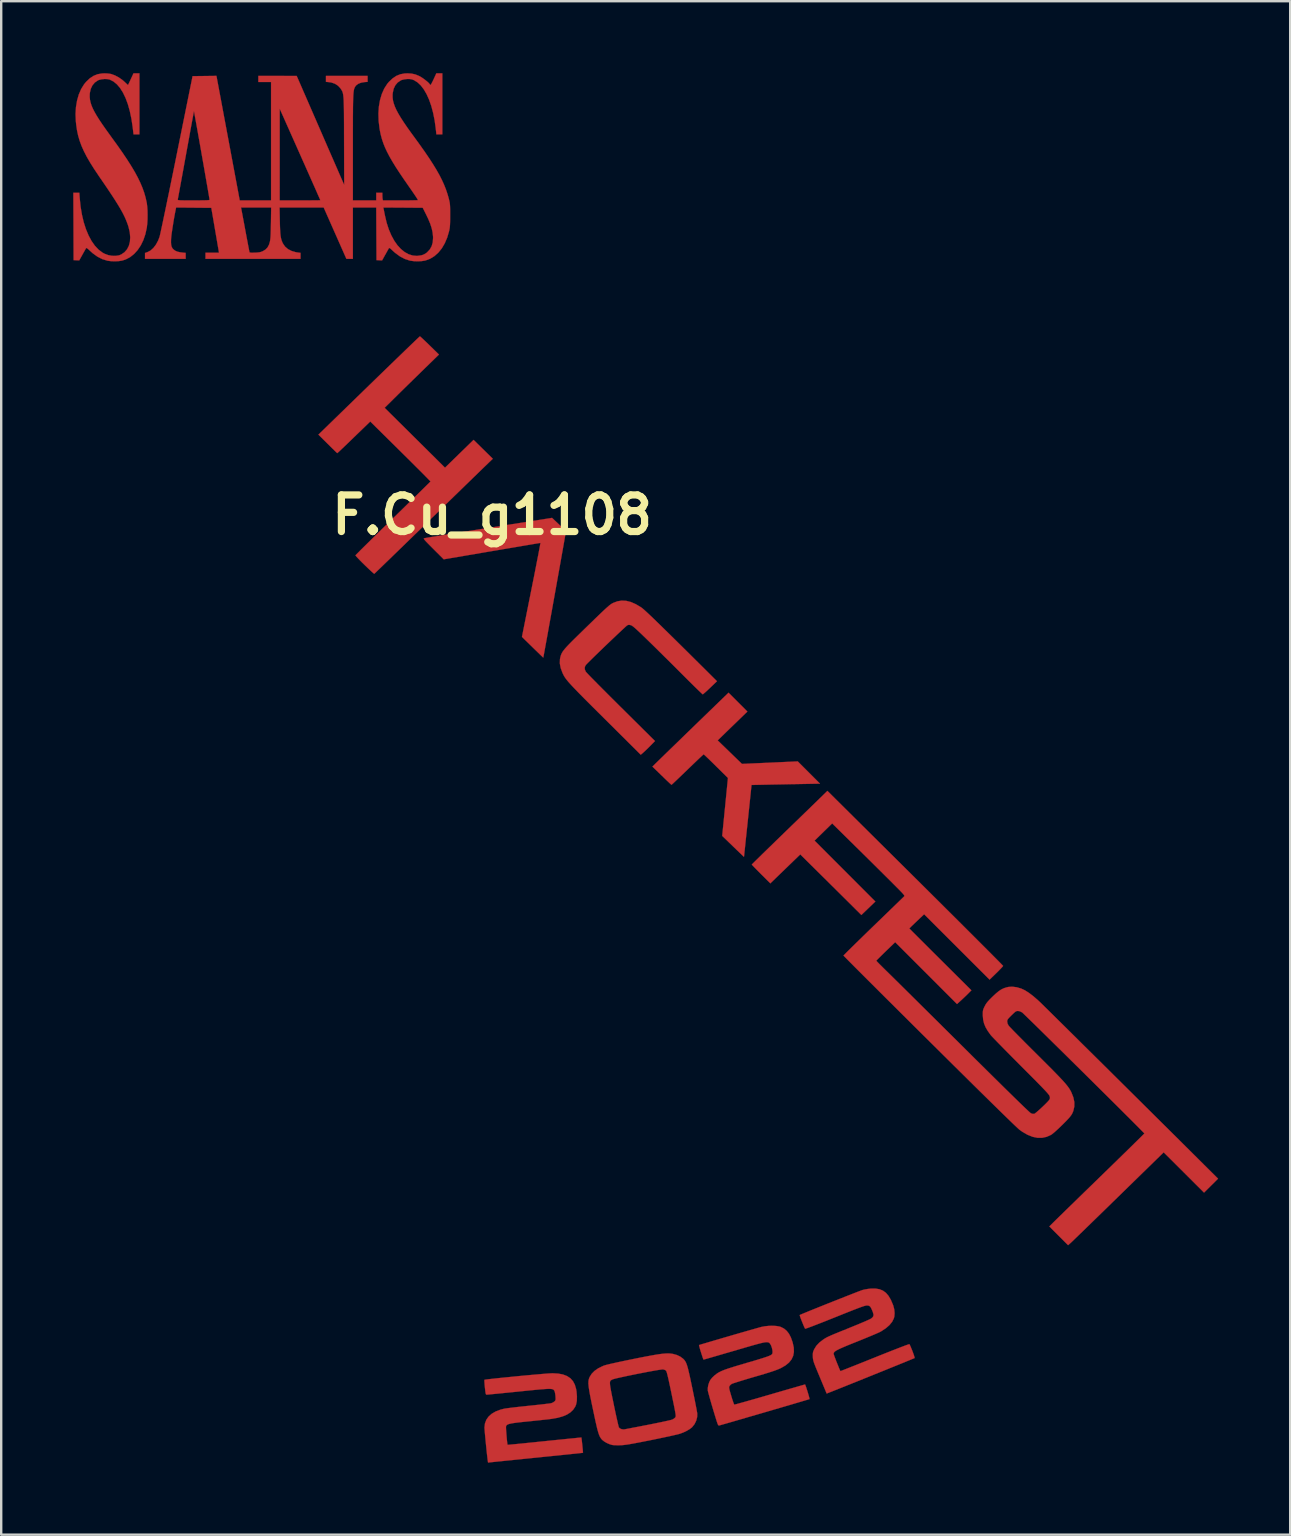
<source format=kicad_pcb>
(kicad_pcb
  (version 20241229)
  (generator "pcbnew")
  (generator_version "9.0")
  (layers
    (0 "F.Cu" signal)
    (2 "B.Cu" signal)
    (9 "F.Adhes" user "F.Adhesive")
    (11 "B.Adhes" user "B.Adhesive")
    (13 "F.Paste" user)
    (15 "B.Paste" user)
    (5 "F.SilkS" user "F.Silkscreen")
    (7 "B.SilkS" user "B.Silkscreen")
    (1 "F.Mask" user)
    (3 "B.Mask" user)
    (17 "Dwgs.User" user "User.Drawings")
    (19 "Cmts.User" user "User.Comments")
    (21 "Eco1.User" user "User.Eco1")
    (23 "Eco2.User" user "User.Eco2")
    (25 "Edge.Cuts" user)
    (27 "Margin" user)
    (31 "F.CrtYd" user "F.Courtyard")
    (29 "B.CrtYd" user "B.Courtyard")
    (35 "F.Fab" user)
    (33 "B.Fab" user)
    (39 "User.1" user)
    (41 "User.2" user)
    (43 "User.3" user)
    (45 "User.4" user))
  (footprint "F.Cu_g1108"
    (layer "F.Cu")
    (at 17.447 18.399)
    (property "Reference" "F.Cu_g1108" (at 0 0 0) (layer "F.SilkS") (effects (font (size 1.524 1.524) (thickness 0.3))))
    (attr through_hole)
    (fp_poly (pts (xy 10.24 7.795) (xy 10.632 8.188) (xy 10.211 8.597) (xy 10.088 8.716) (xy 9.963 8.837) (xy 9.843 8.953) (xy 9.735 9.058) (xy 9.646 9.145) (xy 9.592 9.197) (xy 9.395 9.389) (xy 9.901 9.879) (xy 10.407 10.369) (xy 11.568 10.317) (xy 12.73 10.264) (xy 13.193 10.727) (xy 13.656 11.191) (xy 12.908 11.205) (xy 12.692 11.209) (xy 12.453 11.213) (xy 12.203 11.218) (xy 11.954 11.223) (xy 11.721 11.227) (xy 11.515 11.231) (xy 11.483 11.232) (xy 10.805 11.246) (xy 10.649 12.74) (xy 10.623 12.987) (xy 10.598 13.221) (xy 10.575 13.439) (xy 10.554 13.638) (xy 10.536 13.814) (xy 10.52 13.964) (xy 10.507 14.085) (xy 10.498 14.173) (xy 10.492 14.225) (xy 10.49 14.238) (xy 10.475 14.225) (xy 10.433 14.186) (xy 10.369 14.124) (xy 10.285 14.044) (xy 10.186 13.949) (xy 10.075 13.842) (xy 10.036 13.804) (xy 9.584 13.367) (xy 9.704 12.16) (xy 9.823 10.954) (xy 9.325 10.462) (xy 9.206 10.344) (xy 9.095 10.236) (xy 8.998 10.142) (xy 8.917 10.065) (xy 8.857 10.009) (xy 8.82 9.977) (xy 8.811 9.97) (xy 8.793 9.984) (xy 8.748 10.025) (xy 8.678 10.09) (xy 8.588 10.175) (xy 8.481 10.277) (xy 8.359 10.394) (xy 8.226 10.522) (xy 8.14 10.605) (xy 8.001 10.739) (xy 7.872 10.863) (xy 7.756 10.974) (xy 7.655 11.07) (xy 7.574 11.147) (xy 7.514 11.203) (xy 7.479 11.234) (xy 7.472 11.239) (xy 7.454 11.225) (xy 7.41 11.186) (xy 7.344 11.124) (xy 7.26 11.045) (xy 7.163 10.951) (xy 7.069 10.86) (xy 6.678 10.481) (xy 6.837 10.323) (xy 6.875 10.286) (xy 6.942 10.221) (xy 7.034 10.131) (xy 7.149 10.019) (xy 7.284 9.887) (xy 7.438 9.738) (xy 7.608 9.573) (xy 7.792 9.395) (xy 7.986 9.206) (xy 8.189 9.009) (xy 8.398 8.807) (xy 8.421 8.784) (xy 9.847 7.403) (xy 10.24 7.795)) (stroke (width 0.01) (type solid)) (fill yes) (layer "F.Cu"))
    (fp_poly (pts (xy 2.782 0.391) (xy 2.897 0.501) (xy 2.981 0.586) (xy 3.036 0.649) (xy 3.064 0.691) (xy 3.069 0.709) (xy 3.066 0.734) (xy 3.055 0.797) (xy 3.038 0.895) (xy 3.015 1.026) (xy 2.987 1.186) (xy 2.954 1.372) (xy 2.917 1.581) (xy 2.876 1.811) (xy 2.832 2.057) (xy 2.786 2.318) (xy 2.737 2.589) (xy 2.687 2.868) (xy 2.636 3.153) (xy 2.585 3.439) (xy 2.534 3.723) (xy 2.484 4.004) (xy 2.434 4.277) (xy 2.387 4.54) (xy 2.342 4.79) (xy 2.3 5.023) (xy 2.261 5.236) (xy 2.226 5.427) (xy 2.196 5.593) (xy 2.171 5.73) (xy 2.151 5.835) (xy 2.138 5.905) (xy 2.131 5.938) (xy 2.131 5.94) (xy 2.115 5.927) (xy 2.074 5.887) (xy 2.009 5.826) (xy 1.926 5.745) (xy 1.827 5.649) (xy 1.717 5.542) (xy 1.685 5.511) (xy 1.243 5.079) (xy 1.634 3.121) (xy 1.69 2.84) (xy 1.744 2.571) (xy 1.794 2.317) (xy 1.84 2.081) (xy 1.882 1.865) (xy 1.92 1.673) (xy 1.951 1.507) (xy 1.977 1.371) (xy 1.996 1.266) (xy 2.009 1.197) (xy 2.013 1.165) (xy 2.013 1.164) (xy 1.991 1.167) (xy 1.93 1.177) (xy 1.833 1.193) (xy 1.702 1.215) (xy 1.542 1.242) (xy 1.354 1.274) (xy 1.142 1.31) (xy 0.908 1.35) (xy 0.655 1.393) (xy 0.387 1.438) (xy 0.105 1.486) (xy -0.007 1.505) (xy -2.015 1.847) (xy -2.447 1.416) (xy -2.572 1.29) (xy -2.67 1.191) (xy -2.743 1.116) (xy -2.794 1.06) (xy -2.826 1.021) (xy -2.842 0.995) (xy -2.844 0.98) (xy -2.836 0.971) (xy -2.831 0.97) (xy -2.805 0.965) (xy -2.739 0.953) (xy -2.636 0.936) (xy -2.5 0.914) (xy -2.331 0.887) (xy -2.134 0.855) (xy -1.91 0.819) (xy -1.662 0.779) (xy -1.393 0.736) (xy -1.105 0.69) (xy -0.801 0.642) (xy -0.483 0.591) (xy -0.153 0.539) (xy -0.144 0.538) (xy 2.496 0.121) (xy 2.782 0.391)) (stroke (width 0.01) (type solid)) (fill yes) (layer "F.Cu"))
    (fp_poly (pts (xy -2.988 -7.426) (xy -2.943 -7.386) (xy -2.876 -7.324) (xy -2.792 -7.244) (xy -2.694 -7.151) (xy -2.602 -7.061) (xy -2.214 -6.682) (xy -2.975 -5.94) (xy -3.14 -5.779) (xy -3.309 -5.614) (xy -3.477 -5.449) (xy -3.639 -5.291) (xy -3.79 -5.143) (xy -3.924 -5.011) (xy -4.037 -4.899) (xy -4.106 -4.831) (xy -4.477 -4.463) (xy -3.219 -3.216) (xy -1.962 -1.969) (xy -1.367 -2.549) (xy -0.772 -3.128) (xy 0.029 -2.341) (xy -0.247 -2.075) (xy -0.295 -2.029) (xy -0.372 -1.955) (xy -0.474 -1.856) (xy -0.601 -1.732) (xy -0.751 -1.587) (xy -0.92 -1.422) (xy -1.109 -1.239) (xy -1.313 -1.04) (xy -1.532 -0.827) (xy -1.764 -0.602) (xy -2.006 -0.366) (xy -2.256 -0.123) (xy -2.513 0.127) (xy -2.708 0.318) (xy -2.963 0.566) (xy -3.21 0.806) (xy -3.447 1.036) (xy -3.672 1.255) (xy -3.884 1.461) (xy -4.081 1.652) (xy -4.261 1.827) (xy -4.423 1.983) (xy -4.564 2.12) (xy -4.684 2.236) (xy -4.78 2.328) (xy -4.85 2.396) (xy -4.894 2.437) (xy -4.909 2.451) (xy -4.928 2.438) (xy -4.973 2.4) (xy -5.039 2.34) (xy -5.124 2.261) (xy -5.221 2.169) (xy -5.31 2.083) (xy -5.415 1.98) (xy -5.508 1.886) (xy -5.587 1.804) (xy -5.645 1.74) (xy -5.681 1.698) (xy -5.69 1.681) (xy -5.674 1.663) (xy -5.63 1.617) (xy -5.559 1.546) (xy -5.465 1.451) (xy -5.348 1.335) (xy -5.21 1.199) (xy -5.055 1.046) (xy -4.883 0.877) (xy -4.697 0.695) (xy -4.499 0.501) (xy -4.291 0.297) (xy -4.128 0.138) (xy -3.913 -0.072) (xy -3.707 -0.273) (xy -3.512 -0.464) (xy -3.329 -0.642) (xy -3.161 -0.806) (xy -3.01 -0.955) (xy -2.878 -1.085) (xy -2.766 -1.195) (xy -2.677 -1.283) (xy -2.613 -1.346) (xy -2.576 -1.384) (xy -2.566 -1.394) (xy -2.58 -1.411) (xy -2.622 -1.455) (xy -2.69 -1.525) (xy -2.781 -1.617) (xy -2.893 -1.731) (xy -3.025 -1.863) (xy -3.174 -2.011) (xy -3.337 -2.174) (xy -3.513 -2.349) (xy -3.7 -2.534) (xy -3.818 -2.651) (xy -5.075 -3.893) (xy -5.758 -3.233) (xy -5.899 -3.096) (xy -6.03 -2.97) (xy -6.15 -2.855) (xy -6.253 -2.757) (xy -6.338 -2.676) (xy -6.401 -2.618) (xy -6.44 -2.583) (xy -6.45 -2.575) (xy -6.467 -2.59) (xy -6.51 -2.631) (xy -6.575 -2.694) (xy -6.658 -2.775) (xy -6.754 -2.87) (xy -6.847 -2.962) (xy -7.234 -3.347) (xy -5.129 -5.394) (xy -4.879 -5.637) (xy -4.637 -5.872) (xy -4.405 -6.097) (xy -4.184 -6.311) (xy -3.977 -6.511) (xy -3.785 -6.696) (xy -3.611 -6.865) (xy -3.455 -7.015) (xy -3.319 -7.146) (xy -3.206 -7.254) (xy -3.116 -7.34) (xy -3.052 -7.4) (xy -3.016 -7.433) (xy -3.007 -7.44) (xy -2.988 -7.426)) (stroke (width 0.01) (type solid)) (fill yes) (layer "F.Cu"))
    (fp_poly (pts (xy 5.587 3.577) (xy 5.781 3.626) (xy 5.984 3.715) (xy 6.199 3.843) (xy 6.218 3.857) (xy 6.25 3.88) (xy 6.293 3.916) (xy 6.349 3.965) (xy 6.418 4.028) (xy 6.503 4.106) (xy 6.603 4.201) (xy 6.721 4.314) (xy 6.857 4.446) (xy 7.013 4.597) (xy 7.189 4.77) (xy 7.387 4.964) (xy 7.609 5.182) (xy 7.854 5.424) (xy 8.125 5.692) (xy 8.422 5.987) (xy 8.747 6.309) (xy 9.091 6.651) (xy 9.366 6.925) (xy 9.081 7.198) (xy 8.989 7.284) (xy 8.908 7.359) (xy 8.841 7.418) (xy 8.795 7.457) (xy 8.773 7.471) (xy 8.755 7.457) (xy 8.709 7.415) (xy 8.64 7.349) (xy 8.548 7.26) (xy 8.438 7.153) (xy 8.312 7.028) (xy 8.173 6.891) (xy 8.024 6.742) (xy 7.927 6.645) (xy 7.746 6.464) (xy 7.553 6.271) (xy 7.353 6.072) (xy 7.152 5.874) (xy 6.958 5.682) (xy 6.776 5.502) (xy 6.612 5.341) (xy 6.485 5.218) (xy 6.326 5.063) (xy 6.193 4.935) (xy 6.085 4.833) (xy 5.997 4.752) (xy 5.928 4.691) (xy 5.874 4.647) (xy 5.832 4.617) (xy 5.8 4.599) (xy 5.781 4.591) (xy 5.716 4.576) (xy 5.668 4.58) (xy 5.631 4.595) (xy 5.607 4.614) (xy 5.555 4.659) (xy 5.481 4.728) (xy 5.386 4.816) (xy 5.275 4.92) (xy 5.151 5.037) (xy 5.017 5.164) (xy 4.877 5.298) (xy 4.734 5.434) (xy 4.592 5.571) (xy 4.454 5.704) (xy 4.324 5.83) (xy 4.205 5.946) (xy 4.101 6.049) (xy 4.014 6.135) (xy 3.949 6.201) (xy 3.909 6.243) (xy 3.904 6.249) (xy 3.861 6.33) (xy 3.858 6.42) (xy 3.896 6.517) (xy 3.906 6.532) (xy 3.929 6.559) (xy 3.979 6.613) (xy 4.056 6.693) (xy 4.155 6.795) (xy 4.277 6.919) (xy 4.417 7.061) (xy 4.574 7.219) (xy 4.747 7.392) (xy 4.931 7.577) (xy 5.127 7.771) (xy 5.33 7.974) (xy 5.372 8.015) (xy 6.784 9.416) (xy 6.583 9.62) (xy 6.499 9.704) (xy 6.415 9.786) (xy 6.342 9.855) (xy 6.289 9.903) (xy 6.287 9.905) (xy 6.191 9.986) (xy 4.698 8.501) (xy 4.44 8.245) (xy 4.211 8.017) (xy 4.008 7.814) (xy 3.83 7.636) (xy 3.675 7.479) (xy 3.541 7.342) (xy 3.426 7.222) (xy 3.328 7.119) (xy 3.246 7.029) (xy 3.177 6.952) (xy 3.121 6.884) (xy 3.074 6.824) (xy 3.036 6.77) (xy 3.004 6.72) (xy 2.977 6.671) (xy 2.953 6.623) (xy 2.932 6.578) (xy 2.857 6.376) (xy 2.821 6.186) (xy 2.826 6.006) (xy 2.845 5.912) (xy 2.861 5.855) (xy 2.881 5.802) (xy 2.906 5.749) (xy 2.939 5.693) (xy 2.984 5.632) (xy 3.041 5.562) (xy 3.115 5.479) (xy 3.208 5.382) (xy 3.322 5.266) (xy 3.46 5.129) (xy 3.625 4.968) (xy 3.721 4.874) (xy 3.937 4.663) (xy 4.126 4.48) (xy 4.288 4.322) (xy 4.428 4.187) (xy 4.546 4.074) (xy 4.645 3.98) (xy 4.728 3.903) (xy 4.797 3.841) (xy 4.854 3.791) (xy 4.901 3.753) (xy 4.941 3.723) (xy 4.976 3.7) (xy 5.008 3.681) (xy 5.04 3.665) (xy 5.043 3.663) (xy 5.22 3.596) (xy 5.4 3.567) (xy 5.587 3.577)) (stroke (width 0.01) (type solid)) (fill yes) (layer "F.Cu"))
    (fp_poly (pts (xy -14.69 -15.854) (xy -14.935 -15.854) (xy -14.971 -16.155) (xy -15.023 -16.501) (xy -15.09 -16.82) (xy -15.171 -17.109) (xy -15.267 -17.367) (xy -15.375 -17.592) (xy -15.495 -17.782) (xy -15.627 -17.937) (xy -15.769 -18.054) (xy -15.921 -18.131) (xy -15.947 -18.14) (xy -16.04 -18.156) (xy -16.154 -18.158) (xy -16.271 -18.145) (xy -16.374 -18.12) (xy -16.416 -18.103) (xy -16.546 -18.013) (xy -16.647 -17.894) (xy -16.717 -17.748) (xy -16.755 -17.578) (xy -16.76 -17.515) (xy -16.761 -17.406) (xy -16.75 -17.296) (xy -16.726 -17.183) (xy -16.688 -17.063) (xy -16.634 -16.934) (xy -16.562 -16.791) (xy -16.471 -16.632) (xy -16.359 -16.454) (xy -16.224 -16.253) (xy -16.065 -16.027) (xy -15.881 -15.772) (xy -15.856 -15.737) (xy -15.61 -15.397) (xy -15.391 -15.085) (xy -15.198 -14.798) (xy -15.029 -14.532) (xy -14.883 -14.286) (xy -14.758 -14.055) (xy -14.653 -13.837) (xy -14.565 -13.629) (xy -14.493 -13.428) (xy -14.436 -13.231) (xy -14.392 -13.035) (xy -14.381 -12.975) (xy -14.365 -12.842) (xy -14.354 -12.679) (xy -14.351 -12.5) (xy -14.353 -12.318) (xy -14.363 -12.145) (xy -14.379 -11.994) (xy -14.383 -11.965) (xy -14.442 -11.696) (xy -14.526 -11.449) (xy -14.634 -11.227) (xy -14.765 -11.032) (xy -14.915 -10.868) (xy -15.082 -10.736) (xy -15.266 -10.641) (xy -15.411 -10.595) (xy -15.545 -10.574) (xy -15.7 -10.565) (xy -15.859 -10.57) (xy -16.003 -10.587) (xy -16.034 -10.594) (xy -16.244 -10.659) (xy -16.445 -10.763) (xy -16.641 -10.906) (xy -16.749 -11.004) (xy -16.822 -11.071) (xy -16.875 -11.111) (xy -16.904 -11.122) (xy -16.908 -11.119) (xy -16.923 -11.093) (xy -16.955 -11.037) (xy -16.999 -10.959) (xy -17.05 -10.868) (xy -17.06 -10.849) (xy -17.198 -10.603) (xy -17.431 -10.615) (xy -17.436 -12.017) (xy -17.442 -13.42) (xy -17.193 -13.42) (xy -17.178 -13.213) (xy -17.142 -12.852) (xy -17.085 -12.512) (xy -17.011 -12.195) (xy -16.918 -11.906) (xy -16.809 -11.644) (xy -16.685 -11.413) (xy -16.546 -11.215) (xy -16.394 -11.053) (xy -16.229 -10.928) (xy -16.143 -10.881) (xy -15.995 -10.825) (xy -15.838 -10.795) (xy -15.684 -10.791) (xy -15.542 -10.813) (xy -15.45 -10.849) (xy -15.313 -10.942) (xy -15.207 -11.063) (xy -15.131 -11.209) (xy -15.086 -11.378) (xy -15.073 -11.568) (xy -15.092 -11.775) (xy -15.144 -11.998) (xy -15.173 -12.088) (xy -15.214 -12.2) (xy -15.259 -12.313) (xy -15.311 -12.427) (xy -15.37 -12.547) (xy -15.439 -12.675) (xy -15.52 -12.815) (xy -15.614 -12.97) (xy -15.723 -13.143) (xy -15.85 -13.338) (xy -15.996 -13.557) (xy -16.163 -13.803) (xy -16.354 -14.081) (xy -16.365 -14.097) (xy -16.563 -14.392) (xy -16.734 -14.663) (xy -16.879 -14.912) (xy -17 -15.147) (xy -17.1 -15.37) (xy -17.18 -15.588) (xy -17.243 -15.805) (xy -17.29 -16.025) (xy -17.323 -16.255) (xy -17.338 -16.4) (xy -17.35 -16.701) (xy -17.333 -16.99) (xy -17.287 -17.263) (xy -17.215 -17.515) (xy -17.117 -17.741) (xy -16.994 -17.939) (xy -16.911 -18.04) (xy -16.759 -18.185) (xy -16.602 -18.289) (xy -16.434 -18.357) (xy -16.249 -18.389) (xy -16.143 -18.394) (xy -16.044 -18.39) (xy -15.945 -18.38) (xy -15.867 -18.366) (xy -15.862 -18.365) (xy -15.71 -18.309) (xy -15.553 -18.226) (xy -15.403 -18.122) (xy -15.31 -18.041) (xy -15.248 -17.982) (xy -15.2 -17.937) (xy -15.171 -17.911) (xy -15.166 -17.907) (xy -15.156 -17.925) (xy -15.132 -17.974) (xy -15.097 -18.048) (xy -15.055 -18.138) (xy -15.05 -18.15) (xy -14.937 -18.394) (xy -14.69 -18.394) (xy -14.69 -15.854)) (stroke (width 0.01) (type solid)) (fill yes) (layer "F.Cu"))
    (fp_poly (pts (xy 7.373 34.925) (xy 7.448 34.931) (xy 7.52 34.941) (xy 7.54 34.945) (xy 7.696 34.989) (xy 7.837 35.056) (xy 7.951 35.14) (xy 7.955 35.143) (xy 7.991 35.18) (xy 8.023 35.218) (xy 8.052 35.263) (xy 8.08 35.317) (xy 8.106 35.384) (xy 8.134 35.469) (xy 8.163 35.575) (xy 8.194 35.706) (xy 8.231 35.865) (xy 8.272 36.057) (xy 8.32 36.286) (xy 8.339 36.375) (xy 8.379 36.573) (xy 8.418 36.761) (xy 8.453 36.935) (xy 8.483 37.091) (xy 8.509 37.223) (xy 8.528 37.327) (xy 8.54 37.397) (xy 8.544 37.423) (xy 8.54 37.572) (xy 8.501 37.724) (xy 8.431 37.868) (xy 8.334 37.991) (xy 8.315 38.009) (xy 8.224 38.078) (xy 8.104 38.149) (xy 7.966 38.214) (xy 7.824 38.267) (xy 7.821 38.268) (xy 7.762 38.285) (xy 7.666 38.308) (xy 7.539 38.337) (xy 7.385 38.372) (xy 7.209 38.409) (xy 7.017 38.45) (xy 6.814 38.492) (xy 6.604 38.535) (xy 6.36 38.583) (xy 6.153 38.624) (xy 5.979 38.657) (xy 5.833 38.684) (xy 5.712 38.705) (xy 5.611 38.721) (xy 5.526 38.732) (xy 5.452 38.74) (xy 5.386 38.745) (xy 5.334 38.747) (xy 5.226 38.748) (xy 5.123 38.746) (xy 5.039 38.74) (xy 4.995 38.734) (xy 4.887 38.701) (xy 4.773 38.651) (xy 4.668 38.589) (xy 4.587 38.525) (xy 4.571 38.508) (xy 4.539 38.469) (xy 4.51 38.427) (xy 4.483 38.378) (xy 4.457 38.318) (xy 4.431 38.244) (xy 4.403 38.151) (xy 4.373 38.036) (xy 4.34 37.894) (xy 4.301 37.723) (xy 4.257 37.517) (xy 4.21 37.295) (xy 4.156 37.04) (xy 4.112 36.823) (xy 4.076 36.639) (xy 4.049 36.486) (xy 4.029 36.358) (xy 4.017 36.253) (xy 4.012 36.178) (xy 4.907 36.178) (xy 4.913 36.248) (xy 4.927 36.341) (xy 4.948 36.459) (xy 4.976 36.607) (xy 5.013 36.788) (xy 5.058 37.006) (xy 5.068 37.058) (xy 5.108 37.249) (xy 5.146 37.429) (xy 5.182 37.593) (xy 5.214 37.735) (xy 5.241 37.853) (xy 5.263 37.941) (xy 5.278 37.995) (xy 5.284 38.009) (xy 5.332 38.052) (xy 5.404 38.081) (xy 5.484 38.089) (xy 5.503 38.087) (xy 5.535 38.081) (xy 5.603 38.068) (xy 5.704 38.049) (xy 5.833 38.024) (xy 5.986 37.995) (xy 6.158 37.962) (xy 6.345 37.925) (xy 6.488 37.898) (xy 6.684 37.859) (xy 6.87 37.821) (xy 7.041 37.786) (xy 7.193 37.753) (xy 7.321 37.725) (xy 7.419 37.702) (xy 7.484 37.685) (xy 7.507 37.677) (xy 7.57 37.641) (xy 7.621 37.597) (xy 7.631 37.584) (xy 7.639 37.57) (xy 7.645 37.552) (xy 7.647 37.528) (xy 7.646 37.493) (xy 7.64 37.444) (xy 7.629 37.377) (xy 7.613 37.287) (xy 7.591 37.172) (xy 7.562 37.027) (xy 7.525 36.849) (xy 7.481 36.633) (xy 7.475 36.605) (xy 7.426 36.37) (xy 7.384 36.173) (xy 7.349 36.012) (xy 7.319 35.884) (xy 7.295 35.786) (xy 7.275 35.715) (xy 7.259 35.669) (xy 7.246 35.643) (xy 7.243 35.639) (xy 7.196 35.61) (xy 7.131 35.59) (xy 7.12 35.588) (xy 7.08 35.59) (xy 7.004 35.6) (xy 6.897 35.616) (xy 6.764 35.639) (xy 6.609 35.667) (xy 6.44 35.698) (xy 6.26 35.733) (xy 6.074 35.769) (xy 5.888 35.807) (xy 5.707 35.844) (xy 5.536 35.88) (xy 5.381 35.914) (xy 5.245 35.944) (xy 5.135 35.97) (xy 5.056 35.992) (xy 5.013 36.006) (xy 5.011 36.007) (xy 4.978 36.024) (xy 4.951 36.041) (xy 4.93 36.061) (xy 4.915 36.088) (xy 4.908 36.125) (xy 4.907 36.178) (xy 4.012 36.178) (xy 4.012 36.166) (xy 4.013 36.094) (xy 4.02 36.033) (xy 4.034 35.979) (xy 4.052 35.928) (xy 4.06 35.909) (xy 4.145 35.773) (xy 4.267 35.649) (xy 4.424 35.54) (xy 4.613 35.448) (xy 4.678 35.423) (xy 4.73 35.408) (xy 4.819 35.385) (xy 4.94 35.356) (xy 5.089 35.323) (xy 5.26 35.285) (xy 5.448 35.245) (xy 5.65 35.203) (xy 5.86 35.16) (xy 5.884 35.155) (xy 6.166 35.098) (xy 6.409 35.051) (xy 6.619 35.012) (xy 6.799 34.98) (xy 6.952 34.956) (xy 7.082 34.939) (xy 7.193 34.929) (xy 7.289 34.924) (xy 7.373 34.925)) (stroke (width 0.01) (type solid)) (fill yes) (layer "F.Cu"))
    (fp_poly (pts (xy 2.52 35.75) (xy 2.753 35.763) (xy 2.953 35.801) (xy 3.121 35.866) (xy 3.259 35.957) (xy 3.367 36.077) (xy 3.446 36.226) (xy 3.499 36.406) (xy 3.515 36.5) (xy 3.533 36.717) (xy 3.528 36.901) (xy 3.498 37.053) (xy 3.461 37.143) (xy 3.374 37.271) (xy 3.259 37.38) (xy 3.116 37.471) (xy 2.94 37.545) (xy 2.73 37.604) (xy 2.484 37.648) (xy 2.358 37.664) (xy 2.259 37.675) (xy 2.126 37.689) (xy 1.969 37.706) (xy 1.795 37.724) (xy 1.615 37.743) (xy 1.435 37.761) (xy 1.418 37.763) (xy 1.209 37.784) (xy 1.039 37.804) (xy 0.903 37.822) (xy 0.797 37.84) (xy 0.717 37.858) (xy 0.66 37.877) (xy 0.621 37.899) (xy 0.596 37.925) (xy 0.582 37.955) (xy 0.58 37.964) (xy 0.578 37.998) (xy 0.58 38.063) (xy 0.585 38.152) (xy 0.593 38.257) (xy 0.602 38.368) (xy 0.611 38.477) (xy 0.621 38.576) (xy 0.631 38.657) (xy 0.639 38.712) (xy 0.644 38.73) (xy 0.666 38.729) (xy 0.726 38.724) (xy 0.822 38.715) (xy 0.95 38.703) (xy 1.107 38.688) (xy 1.289 38.67) (xy 1.493 38.649) (xy 1.716 38.627) (xy 1.955 38.602) (xy 2.183 38.579) (xy 2.433 38.553) (xy 2.67 38.529) (xy 2.891 38.507) (xy 3.094 38.486) (xy 3.273 38.468) (xy 3.427 38.453) (xy 3.552 38.44) (xy 3.644 38.431) (xy 3.701 38.426) (xy 3.718 38.425) (xy 3.722 38.446) (xy 3.73 38.501) (xy 3.739 38.58) (xy 3.749 38.673) (xy 3.759 38.773) (xy 3.769 38.871) (xy 3.777 38.957) (xy 3.783 39.022) (xy 3.785 39.058) (xy 3.785 39.062) (xy 3.763 39.064) (xy 3.703 39.071) (xy 3.607 39.081) (xy 3.479 39.095) (xy 3.322 39.111) (xy 3.14 39.13) (xy 2.936 39.151) (xy 2.713 39.174) (xy 2.474 39.198) (xy 2.254 39.22) (xy 1.99 39.247) (xy 1.728 39.274) (xy 1.471 39.3) (xy 1.226 39.325) (xy 0.996 39.348) (xy 0.787 39.37) (xy 0.603 39.388) (xy 0.449 39.404) (xy 0.33 39.416) (xy 0.281 39.421) (xy -0.169 39.468) (xy -0.179 39.403) (xy -0.188 39.341) (xy -0.199 39.246) (xy -0.213 39.126) (xy -0.228 38.987) (xy -0.243 38.836) (xy -0.259 38.68) (xy -0.274 38.525) (xy -0.288 38.378) (xy -0.3 38.247) (xy -0.309 38.137) (xy -0.315 38.056) (xy -0.318 38.011) (xy -0.298 37.84) (xy -0.241 37.687) (xy -0.146 37.552) (xy -0.015 37.436) (xy 0.151 37.339) (xy 0.351 37.264) (xy 0.51 37.224) (xy 0.566 37.215) (xy 0.658 37.202) (xy 0.781 37.187) (xy 0.93 37.169) (xy 1.099 37.15) (xy 1.282 37.13) (xy 1.474 37.11) (xy 1.524 37.105) (xy 1.713 37.085) (xy 1.892 37.066) (xy 2.056 37.048) (xy 2.199 37.031) (xy 2.316 37.017) (xy 2.403 37.006) (xy 2.455 36.998) (xy 2.463 36.996) (xy 2.532 36.968) (xy 2.593 36.927) (xy 2.598 36.922) (xy 2.625 36.893) (xy 2.64 36.863) (xy 2.645 36.822) (xy 2.643 36.758) (xy 2.639 36.698) (xy 2.628 36.609) (xy 2.613 36.532) (xy 2.596 36.482) (xy 2.593 36.479) (xy 2.578 36.456) (xy 2.561 36.438) (xy 2.54 36.423) (xy 2.51 36.411) (xy 2.47 36.404) (xy 2.415 36.4) (xy 2.344 36.399) (xy 2.252 36.403) (xy 2.137 36.411) (xy 1.995 36.422) (xy 1.823 36.438) (xy 1.619 36.458) (xy 1.378 36.482) (xy 1.106 36.51) (xy 0.876 36.533) (xy 0.658 36.555) (xy 0.455 36.575) (xy 0.272 36.594) (xy 0.111 36.609) (xy -0.022 36.622) (xy -0.125 36.632) (xy -0.194 36.638) (xy -0.224 36.64) (xy -0.224 36.64) (xy -0.242 36.637) (xy -0.256 36.625) (xy -0.266 36.597) (xy -0.276 36.546) (xy -0.286 36.467) (xy -0.299 36.353) (xy -0.301 36.338) (xy -0.311 36.229) (xy -0.318 36.136) (xy -0.322 36.067) (xy -0.321 36.028) (xy -0.32 36.023) (xy -0.295 36.017) (xy -0.233 36.008) (xy -0.137 35.996) (xy -0.011 35.982) (xy 0.14 35.965) (xy 0.311 35.947) (xy 0.5 35.928) (xy 0.701 35.908) (xy 0.91 35.887) (xy 1.123 35.866) (xy 1.336 35.846) (xy 1.544 35.827) (xy 1.743 35.809) (xy 1.93 35.793) (xy 2.099 35.778) (xy 2.247 35.766) (xy 2.369 35.757) (xy 2.461 35.752) (xy 2.519 35.75) (xy 2.52 35.75)) (stroke (width 0.01) (type solid)) (fill yes) (layer "F.Cu"))
    (fp_poly (pts (xy 15.978 32.223) (xy 16.14 32.251) (xy 16.28 32.309) (xy 16.402 32.398) (xy 16.51 32.523) (xy 16.605 32.684) (xy 16.691 32.884) (xy 16.709 32.931) (xy 16.749 33.086) (xy 16.764 33.242) (xy 16.753 33.387) (xy 16.732 33.464) (xy 16.662 33.605) (xy 16.551 33.741) (xy 16.402 33.872) (xy 16.217 33.994) (xy 16.171 34.02) (xy 16.122 34.044) (xy 16.038 34.082) (xy 15.925 34.131) (xy 15.787 34.189) (xy 15.63 34.254) (xy 15.458 34.325) (xy 15.277 34.398) (xy 15.198 34.43) (xy 14.975 34.519) (xy 14.788 34.595) (xy 14.635 34.66) (xy 14.511 34.714) (xy 14.415 34.76) (xy 14.342 34.799) (xy 14.29 34.833) (xy 14.255 34.863) (xy 14.235 34.892) (xy 14.226 34.921) (xy 14.224 34.942) (xy 14.232 34.97) (xy 14.252 35.029) (xy 14.283 35.111) (xy 14.32 35.209) (xy 14.361 35.313) (xy 14.403 35.416) (xy 14.441 35.511) (xy 14.474 35.589) (xy 14.498 35.641) (xy 14.508 35.66) (xy 14.528 35.654) (xy 14.584 35.632) (xy 14.673 35.597) (xy 14.792 35.55) (xy 14.938 35.492) (xy 15.108 35.425) (xy 15.299 35.349) (xy 15.507 35.266) (xy 15.729 35.176) (xy 15.938 35.093) (xy 16.171 34.999) (xy 16.392 34.911) (xy 16.599 34.829) (xy 16.789 34.755) (xy 16.957 34.69) (xy 17.102 34.634) (xy 17.219 34.59) (xy 17.307 34.559) (xy 17.361 34.541) (xy 17.379 34.537) (xy 17.398 34.569) (xy 17.426 34.628) (xy 17.459 34.708) (xy 17.496 34.798) (xy 17.531 34.891) (xy 17.562 34.978) (xy 17.585 35.05) (xy 17.598 35.098) (xy 17.598 35.115) (xy 17.577 35.124) (xy 17.52 35.148) (xy 17.43 35.185) (xy 17.311 35.234) (xy 17.166 35.294) (xy 16.998 35.362) (xy 16.811 35.438) (xy 16.608 35.52) (xy 16.392 35.608) (xy 16.166 35.699) (xy 15.935 35.792) (xy 15.701 35.887) (xy 15.467 35.981) (xy 15.238 36.074) (xy 15.015 36.163) (xy 14.803 36.248) (xy 14.605 36.328) (xy 14.424 36.4) (xy 14.264 36.464) (xy 14.127 36.518) (xy 14.042 36.551) (xy 13.935 36.594) (xy 13.651 35.914) (xy 13.575 35.732) (xy 13.514 35.584) (xy 13.466 35.466) (xy 13.43 35.373) (xy 13.403 35.299) (xy 13.385 35.239) (xy 13.373 35.19) (xy 13.365 35.146) (xy 13.361 35.101) (xy 13.359 35.059) (xy 13.357 34.966) (xy 13.362 34.899) (xy 13.376 34.84) (xy 13.404 34.774) (xy 13.415 34.751) (xy 13.504 34.605) (xy 13.631 34.47) (xy 13.78 34.354) (xy 13.824 34.325) (xy 13.866 34.297) (xy 13.911 34.271) (xy 13.962 34.244) (xy 14.023 34.215) (xy 14.099 34.181) (xy 14.192 34.14) (xy 14.308 34.092) (xy 14.45 34.034) (xy 14.622 33.964) (xy 14.829 33.881) (xy 14.895 33.854) (xy 15.074 33.781) (xy 15.243 33.712) (xy 15.397 33.647) (xy 15.532 33.59) (xy 15.643 33.541) (xy 15.726 33.503) (xy 15.776 33.477) (xy 15.786 33.471) (xy 15.848 33.418) (xy 15.88 33.366) (xy 15.886 33.306) (xy 15.866 33.227) (xy 15.845 33.168) (xy 15.801 33.064) (xy 15.764 32.995) (xy 15.725 32.953) (xy 15.68 32.932) (xy 15.621 32.925) (xy 15.607 32.925) (xy 15.579 32.928) (xy 15.54 32.936) (xy 15.487 32.951) (xy 15.417 32.974) (xy 15.328 33.006) (xy 15.216 33.048) (xy 15.078 33.101) (xy 14.913 33.166) (xy 14.716 33.244) (xy 14.484 33.337) (xy 14.28 33.419) (xy 14.064 33.505) (xy 13.86 33.587) (xy 13.67 33.661) (xy 13.5 33.727) (xy 13.351 33.785) (xy 13.227 33.831) (xy 13.131 33.866) (xy 13.067 33.888) (xy 13.039 33.895) (xy 13.038 33.895) (xy 13.022 33.867) (xy 12.995 33.81) (xy 12.962 33.733) (xy 12.926 33.644) (xy 12.889 33.552) (xy 12.856 33.466) (xy 12.83 33.393) (xy 12.815 33.343) (xy 12.812 33.324) (xy 12.835 33.313) (xy 12.893 33.288) (xy 12.983 33.25) (xy 13.101 33.202) (xy 13.241 33.144) (xy 13.401 33.08) (xy 13.577 33.009) (xy 13.764 32.934) (xy 13.958 32.856) (xy 14.156 32.777) (xy 14.354 32.699) (xy 14.546 32.623) (xy 14.73 32.55) (xy 14.902 32.483) (xy 15.057 32.422) (xy 15.191 32.37) (xy 15.301 32.328) (xy 15.382 32.298) (xy 15.431 32.281) (xy 15.437 32.279) (xy 15.531 32.257) (xy 15.646 32.238) (xy 15.762 32.224) (xy 15.793 32.222) (xy 15.978 32.223)) (stroke (width 0.01) (type solid)) (fill yes) (layer "F.Cu"))
    (fp_poly (pts (xy 11.835 33.78) (xy 11.962 33.801) (xy 12.026 33.821) (xy 12.159 33.889) (xy 12.271 33.983) (xy 12.366 34.105) (xy 12.446 34.261) (xy 12.514 34.454) (xy 12.52 34.477) (xy 12.564 34.679) (xy 12.57 34.861) (xy 12.54 35.024) (xy 12.472 35.171) (xy 12.365 35.304) (xy 12.219 35.423) (xy 12.032 35.531) (xy 12.017 35.538) (xy 11.95 35.568) (xy 11.872 35.6) (xy 11.778 35.635) (xy 11.665 35.674) (xy 11.528 35.718) (xy 11.363 35.769) (xy 11.166 35.828) (xy 10.932 35.896) (xy 10.922 35.899) (xy 10.734 35.954) (xy 10.558 36.007) (xy 10.396 36.056) (xy 10.255 36.1) (xy 10.138 36.137) (xy 10.049 36.166) (xy 9.995 36.186) (xy 9.98 36.192) (xy 9.926 36.235) (xy 9.886 36.284) (xy 9.876 36.306) (xy 9.871 36.333) (xy 9.874 36.37) (xy 9.884 36.424) (xy 9.904 36.501) (xy 9.935 36.608) (xy 9.96 36.693) (xy 9.995 36.809) (xy 10.028 36.909) (xy 10.056 36.989) (xy 10.076 37.039) (xy 10.086 37.055) (xy 10.11 37.051) (xy 10.171 37.036) (xy 10.265 37.01) (xy 10.391 36.975) (xy 10.544 36.933) (xy 10.721 36.882) (xy 10.92 36.826) (xy 11.136 36.764) (xy 11.366 36.697) (xy 11.563 36.64) (xy 11.803 36.57) (xy 12.03 36.504) (xy 12.243 36.442) (xy 12.437 36.386) (xy 12.61 36.337) (xy 12.757 36.294) (xy 12.877 36.26) (xy 12.965 36.235) (xy 13.018 36.22) (xy 13.034 36.216) (xy 13.044 36.235) (xy 13.064 36.287) (xy 13.089 36.361) (xy 13.118 36.451) (xy 13.148 36.547) (xy 13.176 36.641) (xy 13.199 36.723) (xy 13.215 36.786) (xy 13.221 36.821) (xy 13.22 36.825) (xy 13.199 36.832) (xy 13.141 36.85) (xy 13.049 36.877) (xy 12.927 36.913) (xy 12.778 36.957) (xy 12.606 37.008) (xy 12.414 37.065) (xy 12.205 37.126) (xy 11.984 37.191) (xy 11.753 37.258) (xy 11.516 37.328) (xy 11.276 37.398) (xy 11.038 37.467) (xy 10.803 37.535) (xy 10.577 37.601) (xy 10.362 37.664) (xy 10.162 37.722) (xy 9.98 37.775) (xy 9.82 37.821) (xy 9.684 37.86) (xy 9.578 37.89) (xy 9.504 37.911) (xy 9.465 37.922) (xy 9.461 37.922) (xy 9.447 37.925) (xy 9.434 37.922) (xy 9.421 37.91) (xy 9.406 37.886) (xy 9.389 37.845) (xy 9.367 37.783) (xy 9.339 37.696) (xy 9.303 37.58) (xy 9.258 37.432) (xy 9.203 37.25) (xy 9.153 37.082) (xy 9.107 36.924) (xy 9.066 36.78) (xy 9.032 36.656) (xy 9.005 36.558) (xy 8.989 36.492) (xy 8.984 36.468) (xy 8.984 36.362) (xy 9.004 36.241) (xy 9.043 36.121) (xy 9.088 36.031) (xy 9.16 35.939) (xy 9.258 35.844) (xy 9.371 35.757) (xy 9.401 35.738) (xy 9.454 35.707) (xy 9.514 35.676) (xy 9.585 35.644) (xy 9.67 35.61) (xy 9.773 35.573) (xy 9.899 35.531) (xy 10.051 35.483) (xy 10.232 35.428) (xy 10.448 35.364) (xy 10.651 35.304) (xy 10.882 35.237) (xy 11.075 35.179) (xy 11.234 35.13) (xy 11.362 35.089) (xy 11.463 35.055) (xy 11.54 35.025) (xy 11.595 35) (xy 11.633 34.977) (xy 11.657 34.956) (xy 11.67 34.935) (xy 11.671 34.933) (xy 11.682 34.864) (xy 11.673 34.772) (xy 11.649 34.673) (xy 11.614 34.58) (xy 11.57 34.509) (xy 11.568 34.506) (xy 11.543 34.482) (xy 11.514 34.465) (xy 11.476 34.455) (xy 11.425 34.454) (xy 11.358 34.461) (xy 11.271 34.477) (xy 11.16 34.504) (xy 11.02 34.541) (xy 10.848 34.589) (xy 10.641 34.649) (xy 10.604 34.659) (xy 10.293 34.75) (xy 10.019 34.83) (xy 9.781 34.899) (xy 9.576 34.959) (xy 9.402 35.01) (xy 9.256 35.052) (xy 9.136 35.087) (xy 9.039 35.115) (xy 8.963 35.137) (xy 8.906 35.153) (xy 8.864 35.165) (xy 8.835 35.172) (xy 8.818 35.177) (xy 8.808 35.179) (xy 8.806 35.179) (xy 8.796 35.16) (xy 8.776 35.109) (xy 8.751 35.034) (xy 8.722 34.945) (xy 8.692 34.85) (xy 8.664 34.756) (xy 8.641 34.674) (xy 8.625 34.612) (xy 8.619 34.578) (xy 8.619 34.575) (xy 8.641 34.567) (xy 8.699 34.549) (xy 8.789 34.522) (xy 8.908 34.487) (xy 9.05 34.445) (xy 9.212 34.397) (xy 9.39 34.345) (xy 9.58 34.289) (xy 9.777 34.232) (xy 9.976 34.174) (xy 10.175 34.116) (xy 10.369 34.06) (xy 10.553 34.007) (xy 10.724 33.958) (xy 10.876 33.915) (xy 11.007 33.877) (xy 11.112 33.848) (xy 11.187 33.827) (xy 11.218 33.819) (xy 11.366 33.791) (xy 11.525 33.775) (xy 11.685 33.771) (xy 11.835 33.78)) (stroke (width 0.01) (type solid)) (fill yes) (layer "F.Cu"))
    (fp_poly (pts (xy 17.624 15.123) (xy 17.954 15.451) (xy 18.275 15.77) (xy 18.587 16.08) (xy 18.889 16.381) (xy 19.179 16.669) (xy 19.456 16.945) (xy 19.718 17.207) (xy 19.965 17.453) (xy 20.194 17.682) (xy 20.406 17.894) (xy 20.597 18.086) (xy 20.768 18.257) (xy 20.917 18.407) (xy 21.042 18.533) (xy 21.143 18.635) (xy 21.217 18.711) (xy 21.264 18.76) (xy 21.283 18.781) (xy 21.283 18.782) (xy 21.269 18.804) (xy 21.228 18.851) (xy 21.166 18.916) (xy 21.089 18.995) (xy 21.002 19.081) (xy 20.72 19.354) (xy 19.357 17.992) (xy 17.994 16.631) (xy 17.686 16.923) (xy 17.592 17.012) (xy 17.51 17.091) (xy 17.444 17.155) (xy 17.399 17.2) (xy 17.378 17.221) (xy 17.378 17.222) (xy 17.392 17.237) (xy 17.435 17.28) (xy 17.503 17.349) (xy 17.595 17.441) (xy 17.708 17.554) (xy 17.84 17.686) (xy 17.99 17.835) (xy 18.154 17.999) (xy 18.33 18.175) (xy 18.518 18.362) (xy 18.67 18.513) (xy 19.962 19.799) (xy 19.829 19.934) (xy 19.751 20.011) (xy 19.657 20.101) (xy 19.564 20.188) (xy 19.53 20.219) (xy 19.364 20.37) (xy 18.077 19.082) (xy 16.789 17.794) (xy 16.395 18.173) (xy 16.289 18.276) (xy 16.194 18.37) (xy 16.114 18.449) (xy 16.052 18.511) (xy 16.014 18.552) (xy 16.002 18.566) (xy 16.017 18.584) (xy 16.058 18.628) (xy 16.123 18.694) (xy 16.208 18.779) (xy 16.309 18.88) (xy 16.424 18.993) (xy 16.529 19.096) (xy 16.601 19.167) (xy 16.701 19.265) (xy 16.827 19.39) (xy 16.978 19.539) (xy 17.151 19.71) (xy 17.344 19.901) (xy 17.556 20.111) (xy 17.784 20.337) (xy 18.027 20.578) (xy 18.282 20.831) (xy 18.548 21.094) (xy 18.822 21.367) (xy 19.104 21.646) (xy 19.39 21.93) (xy 19.679 22.217) (xy 19.709 22.247) (xy 20.09 22.626) (xy 20.444 22.976) (xy 20.769 23.298) (xy 21.066 23.591) (xy 21.334 23.856) (xy 21.574 24.091) (xy 21.785 24.298) (xy 21.967 24.475) (xy 22.12 24.623) (xy 22.244 24.741) (xy 22.339 24.83) (xy 22.404 24.889) (xy 22.439 24.918) (xy 22.444 24.921) (xy 22.518 24.945) (xy 22.578 24.946) (xy 22.61 24.927) (xy 22.665 24.884) (xy 22.738 24.822) (xy 22.822 24.747) (xy 22.911 24.665) (xy 22.999 24.581) (xy 23.079 24.502) (xy 23.145 24.433) (xy 23.192 24.38) (xy 23.207 24.359) (xy 23.231 24.313) (xy 23.235 24.271) (xy 23.222 24.21) (xy 23.221 24.208) (xy 23.213 24.188) (xy 23.198 24.163) (xy 23.174 24.13) (xy 23.139 24.088) (xy 23.091 24.033) (xy 23.029 23.966) (xy 22.949 23.882) (xy 22.852 23.781) (xy 22.733 23.66) (xy 22.593 23.517) (xy 22.428 23.351) (xy 22.236 23.159) (xy 22.023 22.945) (xy 21.836 22.757) (xy 21.656 22.576) (xy 21.486 22.404) (xy 21.328 22.244) (xy 21.184 22.097) (xy 21.058 21.968) (xy 20.951 21.858) (xy 20.866 21.769) (xy 20.805 21.705) (xy 20.772 21.668) (xy 20.769 21.664) (xy 20.645 21.492) (xy 20.553 21.334) (xy 20.491 21.183) (xy 20.454 21.03) (xy 20.439 20.867) (xy 20.438 20.838) (xy 20.438 20.738) (xy 20.442 20.667) (xy 20.453 20.61) (xy 20.474 20.553) (xy 20.507 20.482) (xy 20.515 20.466) (xy 20.551 20.398) (xy 20.592 20.335) (xy 20.644 20.27) (xy 20.712 20.195) (xy 20.804 20.102) (xy 20.843 20.064) (xy 20.979 19.936) (xy 21.099 19.837) (xy 21.208 19.764) (xy 21.315 19.712) (xy 21.427 19.676) (xy 21.502 19.659) (xy 21.666 19.648) (xy 21.848 19.671) (xy 22.04 19.727) (xy 22.043 19.728) (xy 22.189 19.797) (xy 22.354 19.901) (xy 22.535 20.038) (xy 22.73 20.206) (xy 22.831 20.301) (xy 22.871 20.34) (xy 22.939 20.407) (xy 23.034 20.501) (xy 23.155 20.619) (xy 23.299 20.762) (xy 23.465 20.926) (xy 23.651 21.11) (xy 23.857 21.313) (xy 24.079 21.533) (xy 24.317 21.768) (xy 24.568 22.018) (xy 24.832 22.279) (xy 25.107 22.551) (xy 25.391 22.832) (xy 25.682 23.121) (xy 25.979 23.416) (xy 26.28 23.714) (xy 26.584 24.016) (xy 26.889 24.318) (xy 27.193 24.62) (xy 27.495 24.92) (xy 27.793 25.216) (xy 28.086 25.506) (xy 28.372 25.79) (xy 28.649 26.065) (xy 28.915 26.33) (xy 29.17 26.583) (xy 29.411 26.823) (xy 29.637 27.048) (xy 29.644 27.055) (xy 30.237 27.644) (xy 29.945 27.934) (xy 29.653 28.224) (xy 28.812 27.385) (xy 27.972 26.547) (xy 26.077 28.397) (xy 25.838 28.63) (xy 25.607 28.856) (xy 25.384 29.073) (xy 25.173 29.279) (xy 24.974 29.472) (xy 24.79 29.651) (xy 24.624 29.813) (xy 24.476 29.956) (xy 24.348 30.079) (xy 24.244 30.18) (xy 24.164 30.257) (xy 24.11 30.308) (xy 24.086 30.33) (xy 23.99 30.414) (xy 23.6 30.024) (xy 23.21 29.633) (xy 23.442 29.402) (xy 23.488 29.357) (xy 23.563 29.284) (xy 23.663 29.186) (xy 23.786 29.066) (xy 23.931 28.924) (xy 24.095 28.764) (xy 24.277 28.588) (xy 24.472 28.397) (xy 24.68 28.194) (xy 24.899 27.982) (xy 25.125 27.762) (xy 25.356 27.537) (xy 25.421 27.474) (xy 25.649 27.252) (xy 25.868 27.039) (xy 26.076 26.836) (xy 26.272 26.644) (xy 26.454 26.467) (xy 26.619 26.305) (xy 26.766 26.16) (xy 26.894 26.035) (xy 26.999 25.931) (xy 27.08 25.85) (xy 27.136 25.794) (xy 27.164 25.765) (xy 27.167 25.761) (xy 27.153 25.744) (xy 27.11 25.699) (xy 27.04 25.628) (xy 26.946 25.533) (xy 26.83 25.416) (xy 26.693 25.278) (xy 26.537 25.122) (xy 26.364 24.95) (xy 26.176 24.762) (xy 25.975 24.562) (xy 25.763 24.351) (xy 25.541 24.131) (xy 25.312 23.904) (xy 25.078 23.672) (xy 24.84 23.436) (xy 24.6 23.198) (xy 24.36 22.961) (xy 24.122 22.726) (xy 23.889 22.495) (xy 23.661 22.27) (xy 23.44 22.053) (xy 23.23 21.846) (xy 23.031 21.65) (xy 22.845 21.467) (xy 22.675 21.3) (xy 22.522 21.15) (xy 22.388 21.02) (xy 22.275 20.91) (xy 22.185 20.823) (xy 22.12 20.76) (xy 22.081 20.725) (xy 22.072 20.717) (xy 21.972 20.669) (xy 21.901 20.659) (xy 21.863 20.661) (xy 21.828 20.671) (xy 21.79 20.695) (xy 21.74 20.737) (xy 21.672 20.802) (xy 21.635 20.837) (xy 21.558 20.914) (xy 21.506 20.97) (xy 21.475 21.011) (xy 21.459 21.046) (xy 21.454 21.081) (xy 21.453 21.099) (xy 21.471 21.192) (xy 21.514 21.269) (xy 21.538 21.298) (xy 21.591 21.354) (xy 21.668 21.435) (xy 21.768 21.538) (xy 21.888 21.66) (xy 22.026 21.799) (xy 22.178 21.953) (xy 22.343 22.118) (xy 22.519 22.293) (xy 22.69 22.463) (xy 22.922 22.694) (xy 23.125 22.897) (xy 23.303 23.075) (xy 23.456 23.231) (xy 23.588 23.367) (xy 23.7 23.485) (xy 23.794 23.587) (xy 23.873 23.676) (xy 23.938 23.755) (xy 23.992 23.825) (xy 24.036 23.888) (xy 24.074 23.948) (xy 24.106 24.006) (xy 24.128 24.051) (xy 24.209 24.256) (xy 24.25 24.454) (xy 24.249 24.643) (xy 24.207 24.824) (xy 24.171 24.911) (xy 24.144 24.962) (xy 24.11 25.014) (xy 24.066 25.071) (xy 24.007 25.139) (xy 23.928 25.223) (xy 23.825 25.327) (xy 23.752 25.4) (xy 23.632 25.516) (xy 23.521 25.62) (xy 23.423 25.708) (xy 23.343 25.774) (xy 23.287 25.815) (xy 23.283 25.817) (xy 23.101 25.9) (xy 22.912 25.942) (xy 22.716 25.942) (xy 22.513 25.9) (xy 22.304 25.817) (xy 22.088 25.693) (xy 21.971 25.61) (xy 21.934 25.578) (xy 21.867 25.516) (xy 21.77 25.425) (xy 21.645 25.305) (xy 21.491 25.156) (xy 21.309 24.979) (xy 21.099 24.774) (xy 20.861 24.54) (xy 20.596 24.28) (xy 20.303 23.992) (xy 19.984 23.677) (xy 19.639 23.335) (xy 19.267 22.967) (xy 18.87 22.574) (xy 18.447 22.154) (xy 18.214 21.923) (xy 17.888 21.6) (xy 17.57 21.284) (xy 17.262 20.977) (xy 16.964 20.681) (xy 16.678 20.396) (xy 16.405 20.125) (xy 16.147 19.868) (xy 15.905 19.626) (xy 15.679 19.401) (xy 15.472 19.194) (xy 15.285 19.007) (xy 15.119 18.841) (xy 14.975 18.696) (xy 14.855 18.575) (xy 14.76 18.479) (xy 14.691 18.409) (xy 14.649 18.366) (xy 14.637 18.352) (xy 14.652 18.334) (xy 14.695 18.29) (xy 14.764 18.22) (xy 14.856 18.128) (xy 14.971 18.015) (xy 15.104 17.884) (xy 15.254 17.737) (xy 15.419 17.576) (xy 15.596 17.404) (xy 15.783 17.222) (xy 15.875 17.133) (xy 16.067 16.947) (xy 16.252 16.769) (xy 16.425 16.601) (xy 16.586 16.445) (xy 16.732 16.304) (xy 16.86 16.18) (xy 16.968 16.075) (xy 17.054 15.992) (xy 17.115 15.933) (xy 17.149 15.9) (xy 17.155 15.894) (xy 17.166 15.883) (xy 17.171 15.87) (xy 17.168 15.853) (xy 17.155 15.829) (xy 17.127 15.794) (xy 17.084 15.745) (xy 17.021 15.679) (xy 16.937 15.593) (xy 16.828 15.483) (xy 16.692 15.347) (xy 16.69 15.344) (xy 16.582 15.236) (xy 16.448 15.103) (xy 16.293 14.949) (xy 16.121 14.778) (xy 15.937 14.596) (xy 15.745 14.405) (xy 15.549 14.212) (xy 15.354 14.019) (xy 15.173 13.841) (xy 14.164 12.847) (xy 13.797 13.206) (xy 13.43 13.565) (xy 14.697 14.833) (xy 15.963 16.101) (xy 15.672 16.381) (xy 15.38 16.661) (xy 14.649 15.934) (xy 14.478 15.765) (xy 14.295 15.583) (xy 14.106 15.396) (xy 13.919 15.21) (xy 13.739 15.032) (xy 13.573 14.868) (xy 13.429 14.725) (xy 13.376 14.673) (xy 12.836 14.138) (xy 12.212 14.741) (xy 11.589 15.344) (xy 11.202 14.959) (xy 11.098 14.854) (xy 11.005 14.76) (xy 10.926 14.679) (xy 10.865 14.616) (xy 10.828 14.575) (xy 10.816 14.561) (xy 10.831 14.544) (xy 10.874 14.501) (xy 10.943 14.432) (xy 11.036 14.341) (xy 11.15 14.229) (xy 11.283 14.098) (xy 11.434 13.951) (xy 11.599 13.791) (xy 11.776 13.618) (xy 11.964 13.436) (xy 12.07 13.333) (xy 12.272 13.137) (xy 12.472 12.943) (xy 12.667 12.755) (xy 12.854 12.573) (xy 13.029 12.403) (xy 13.191 12.247) (xy 13.334 12.107) (xy 13.458 11.987) (xy 13.558 11.89) (xy 13.631 11.818) (xy 13.645 11.805) (xy 13.965 11.492) (xy 17.624 15.123)) (stroke (width 0.01) (type solid)) (fill yes) (layer "F.Cu"))
    (fp_poly (pts (xy -2.074 -15.854) (xy -2.321 -15.854) (xy -2.347 -16.092) (xy -2.393 -16.431) (xy -2.456 -16.746) (xy -2.533 -17.035) (xy -2.624 -17.296) (xy -2.728 -17.527) (xy -2.844 -17.726) (xy -2.971 -17.891) (xy -3.108 -18.02) (xy -3.254 -18.11) (xy -3.331 -18.14) (xy -3.426 -18.157) (xy -3.541 -18.158) (xy -3.66 -18.144) (xy -3.763 -18.118) (xy -3.802 -18.102) (xy -3.934 -18.012) (xy -4.033 -17.894) (xy -4.102 -17.748) (xy -4.139 -17.574) (xy -4.145 -17.503) (xy -4.144 -17.389) (xy -4.13 -17.272) (xy -4.1 -17.15) (xy -4.054 -17.019) (xy -3.99 -16.875) (xy -3.906 -16.717) (xy -3.801 -16.541) (xy -3.672 -16.343) (xy -3.52 -16.121) (xy -3.341 -15.872) (xy -3.258 -15.759) (xy -3.021 -15.433) (xy -2.81 -15.135) (xy -2.625 -14.863) (xy -2.462 -14.611) (xy -2.32 -14.378) (xy -2.197 -14.161) (xy -2.092 -13.954) (xy -2.002 -13.757) (xy -1.925 -13.564) (xy -1.861 -13.374) (xy -1.814 -13.211) (xy -1.793 -13.13) (xy -1.777 -13.062) (xy -1.765 -12.999) (xy -1.757 -12.933) (xy -1.752 -12.857) (xy -1.749 -12.762) (xy -1.748 -12.641) (xy -1.748 -12.488) (xy -1.748 -12.326) (xy -1.75 -12.197) (xy -1.754 -12.096) (xy -1.76 -12.014) (xy -1.768 -11.942) (xy -1.781 -11.875) (xy -1.793 -11.818) (xy -1.871 -11.552) (xy -1.973 -11.314) (xy -2.096 -11.104) (xy -2.24 -10.926) (xy -2.403 -10.781) (xy -2.581 -10.672) (xy -2.775 -10.6) (xy -2.796 -10.595) (xy -2.931 -10.574) (xy -3.088 -10.565) (xy -3.248 -10.57) (xy -3.395 -10.589) (xy -3.423 -10.594) (xy -3.632 -10.661) (xy -3.838 -10.769) (xy -4.041 -10.918) (xy -4.152 -11.018) (xy -4.217 -11.079) (xy -4.26 -11.112) (xy -4.285 -11.12) (xy -4.298 -11.111) (xy -4.315 -11.082) (xy -4.348 -11.024) (xy -4.392 -10.945) (xy -4.443 -10.853) (xy -4.45 -10.842) (xy -4.583 -10.603) (xy -4.699 -10.609) (xy -4.815 -10.615) (xy -4.821 -11.71) (xy -4.826 -12.806) (xy -5.8 -12.806) (xy -5.8 -10.668) (xy -6.069 -10.668) (xy -6.542 -11.737) (xy -7.015 -12.806) (xy -8.853 -12.806) (xy -8.842 -12.24) (xy -8.837 -12.038) (xy -8.83 -11.873) (xy -8.822 -11.738) (xy -8.81 -11.628) (xy -8.795 -11.537) (xy -8.775 -11.459) (xy -8.749 -11.388) (xy -8.718 -11.318) (xy -8.711 -11.305) (xy -8.623 -11.177) (xy -8.502 -11.073) (xy -8.35 -10.995) (xy -8.17 -10.943) (xy -8.091 -10.931) (xy -7.98 -10.917) (xy -7.98 -10.668) (xy -11.938 -10.668) (xy -11.938 -10.922) (xy -11.375 -10.922) (xy -11.696 -12.795) (xy -12.429 -12.801) (xy -13.09 -12.806) (xy -10.461 -12.806) (xy -10.449 -12.758) (xy -10.443 -12.728) (xy -10.43 -12.66) (xy -10.411 -12.56) (xy -10.387 -12.432) (xy -10.359 -12.282) (xy -10.327 -12.113) (xy -10.293 -11.93) (xy -10.277 -11.843) (xy -10.242 -11.656) (xy -10.209 -11.481) (xy -10.179 -11.324) (xy -10.154 -11.188) (xy -10.132 -11.078) (xy -10.117 -10.998) (xy -10.108 -10.954) (xy -10.106 -10.946) (xy -10.092 -10.933) (xy -10.057 -10.925) (xy -9.993 -10.923) (xy -9.896 -10.925) (xy -9.879 -10.925) (xy -9.771 -10.931) (xy -9.693 -10.94) (xy -9.629 -10.956) (xy -9.567 -10.98) (xy -9.539 -10.993) (xy -9.431 -11.061) (xy -9.351 -11.147) (xy -9.292 -11.26) (xy -9.258 -11.373) (xy -9.247 -11.427) (xy -9.238 -11.491) (xy -9.23 -11.57) (xy -9.224 -11.669) (xy -9.22 -11.793) (xy -9.216 -11.948) (xy -9.213 -12.14) (xy -9.212 -12.166) (xy -9.203 -12.806) (xy -10.461 -12.806) (xy -13.09 -12.806) (xy -13.156 -12.806) (xy -4.531 -12.806) (xy -4.521 -12.758) (xy -4.513 -12.719) (xy -4.499 -12.648) (xy -4.481 -12.557) (xy -4.465 -12.478) (xy -4.394 -12.176) (xy -4.305 -11.899) (xy -4.199 -11.649) (xy -4.079 -11.428) (xy -3.945 -11.236) (xy -3.799 -11.077) (xy -3.643 -10.951) (xy -3.479 -10.86) (xy -3.307 -10.806) (xy -3.13 -10.79) (xy -2.95 -10.815) (xy -2.898 -10.829) (xy -2.822 -10.862) (xy -2.743 -10.911) (xy -2.711 -10.936) (xy -2.597 -11.056) (xy -2.519 -11.194) (xy -2.473 -11.353) (xy -2.459 -11.536) (xy -2.461 -11.609) (xy -2.48 -11.778) (xy -2.519 -11.951) (xy -2.579 -12.135) (xy -2.664 -12.338) (xy -2.736 -12.488) (xy -2.889 -12.795) (xy -3.71 -12.801) (xy -4.531 -12.806) (xy -13.156 -12.806) (xy -13.162 -12.806) (xy -13.174 -12.748) (xy -13.204 -12.597) (xy -13.235 -12.431) (xy -13.265 -12.257) (xy -13.293 -12.082) (xy -13.319 -11.914) (xy -13.342 -11.761) (xy -13.359 -11.631) (xy -13.369 -11.53) (xy -13.372 -11.491) (xy -13.375 -11.355) (xy -13.368 -11.251) (xy -13.349 -11.173) (xy -13.316 -11.11) (xy -13.266 -11.056) (xy -13.26 -11.051) (xy -13.19 -11.001) (xy -13.104 -10.966) (xy -12.994 -10.941) (xy -12.896 -10.929) (xy -12.764 -10.916) (xy -12.764 -10.668) (xy -14.457 -10.668) (xy -14.457 -10.912) (xy -14.353 -10.949) (xy -14.227 -11.015) (xy -14.11 -11.119) (xy -14.004 -11.257) (xy -13.913 -11.425) (xy -13.854 -11.578) (xy -13.843 -11.617) (xy -13.825 -11.696) (xy -13.799 -11.811) (xy -13.767 -11.96) (xy -13.728 -12.141) (xy -13.684 -12.353) (xy -13.634 -12.591) (xy -13.579 -12.854) (xy -13.522 -13.129) (xy -13.095 -13.129) (xy -13.088 -13.121) (xy -13.068 -13.114) (xy -13.033 -13.11) (xy -12.976 -13.106) (xy -12.895 -13.104) (xy -12.784 -13.103) (xy -12.64 -13.102) (xy -12.459 -13.102) (xy -12.437 -13.102) (xy -12.243 -13.103) (xy -12.087 -13.104) (xy -11.967 -13.106) (xy -11.878 -13.109) (xy -11.818 -13.113) (xy -11.783 -13.119) (xy -11.769 -13.126) (xy -11.768 -13.129) (xy -11.772 -13.153) (xy -11.782 -13.216) (xy -11.798 -13.312) (xy -11.82 -13.439) (xy -11.846 -13.593) (xy -11.877 -13.769) (xy -11.911 -13.966) (xy -11.948 -14.178) (xy -11.987 -14.402) (xy -12.028 -14.636) (xy -12.07 -14.874) (xy -12.112 -15.114) (xy -12.154 -15.352) (xy -12.195 -15.584) (xy -12.235 -15.807) (xy -12.272 -16.017) (xy -12.307 -16.21) (xy -12.338 -16.383) (xy -12.365 -16.532) (xy -12.387 -16.654) (xy -12.403 -16.745) (xy -12.414 -16.802) (xy -12.418 -16.82) (xy -12.423 -16.799) (xy -12.434 -16.739) (xy -12.452 -16.644) (xy -12.476 -16.516) (xy -12.505 -16.358) (xy -12.539 -16.174) (xy -12.577 -15.965) (xy -12.618 -15.737) (xy -12.663 -15.49) (xy -12.711 -15.229) (xy -12.753 -14.996) (xy -12.803 -14.723) (xy -12.85 -14.463) (xy -12.895 -14.216) (xy -12.937 -13.988) (xy -12.975 -13.78) (xy -13.009 -13.596) (xy -13.038 -13.438) (xy -13.061 -13.311) (xy -13.079 -13.217) (xy -13.09 -13.158) (xy -13.094 -13.139) (xy -13.095 -13.129) (xy -13.522 -13.129) (xy -13.52 -13.14) (xy -13.456 -13.446) (xy -13.39 -13.77) (xy -13.32 -14.11) (xy -13.248 -14.463) (xy -13.174 -14.826) (xy -13.137 -15.01) (xy -12.476 -18.277) (xy -11.979 -18.283) (xy -11.482 -18.289) (xy -10.512 -13.102) (xy -9.207 -13.102) (xy -8.848 -13.102) (xy -8.001 -13.102) (xy -7.816 -13.102) (xy -7.646 -13.103) (xy -7.493 -13.104) (xy -7.364 -13.105) (xy -7.261 -13.106) (xy -7.191 -13.108) (xy -7.157 -13.11) (xy -7.154 -13.11) (xy -7.163 -13.13) (xy -7.187 -13.186) (xy -7.227 -13.276) (xy -7.28 -13.396) (xy -7.345 -13.545) (xy -7.422 -13.719) (xy -7.51 -13.916) (xy -7.606 -14.133) (xy -7.71 -14.368) (xy -7.821 -14.618) (xy -7.938 -14.88) (xy -8 -15.02) (xy -8.847 -16.923) (xy -8.847 -15.012) (xy -8.848 -13.102) (xy -9.207 -13.102) (xy -9.207 -18.034) (xy -9.737 -18.034) (xy -9.737 -18.288) (xy -8.938 -18.288) (xy -8.139 -18.287) (xy -7.239 -16.22) (xy -7.115 -15.935) (xy -6.995 -15.658) (xy -6.879 -15.392) (xy -6.769 -15.139) (xy -6.666 -14.903) (xy -6.571 -14.686) (xy -6.486 -14.491) (xy -6.412 -14.321) (xy -6.35 -14.178) (xy -6.301 -14.066) (xy -6.267 -13.988) (xy -6.25 -13.95) (xy -6.16 -13.748) (xy -6.166 -15.579) (xy -6.167 -15.912) (xy -6.167 -16.205) (xy -6.169 -16.462) (xy -6.17 -16.685) (xy -6.172 -16.877) (xy -6.175 -17.04) (xy -6.179 -17.178) (xy -6.183 -17.293) (xy -6.19 -17.388) (xy -6.198 -17.465) (xy -6.207 -17.529) (xy -6.219 -17.58) (xy -6.232 -17.623) (xy -6.248 -17.66) (xy -6.267 -17.693) (xy -6.288 -17.726) (xy -6.312 -17.761) (xy -6.321 -17.775) (xy -6.417 -17.878) (xy -6.542 -17.959) (xy -6.688 -18.011) (xy -6.792 -18.028) (xy -6.921 -18.04) (xy -6.921 -18.288) (xy -5.186 -18.288) (xy -5.186 -18.04) (xy -5.322 -18.029) (xy -5.458 -18.005) (xy -5.573 -17.96) (xy -5.66 -17.896) (xy -5.694 -17.854) (xy -5.71 -17.827) (xy -5.725 -17.8) (xy -5.737 -17.77) (xy -5.749 -17.736) (xy -5.758 -17.694) (xy -5.767 -17.641) (xy -5.774 -17.577) (xy -5.78 -17.497) (xy -5.785 -17.4) (xy -5.789 -17.284) (xy -5.792 -17.144) (xy -5.795 -16.981) (xy -5.796 -16.789) (xy -5.798 -16.569) (xy -5.798 -16.315) (xy -5.799 -16.028) (xy -5.799 -15.703) (xy -5.799 -15.338) (xy -5.799 -15.298) (xy -5.8 -13.102) (xy -4.826 -13.102) (xy -4.826 -13.42) (xy -4.572 -13.42) (xy -4.572 -13.309) (xy -4.569 -13.235) (xy -4.563 -13.172) (xy -4.559 -13.15) (xy -4.546 -13.102) (xy -3.818 -13.102) (xy -3.647 -13.102) (xy -3.491 -13.103) (xy -3.353 -13.105) (xy -3.24 -13.107) (xy -3.155 -13.109) (xy -3.104 -13.112) (xy -3.09 -13.114) (xy -3.102 -13.141) (xy -3.137 -13.199) (xy -3.193 -13.285) (xy -3.268 -13.396) (xy -3.359 -13.529) (xy -3.462 -13.676) (xy -3.671 -13.978) (xy -3.856 -14.251) (xy -4.017 -14.498) (xy -4.156 -14.725) (xy -4.275 -14.932) (xy -4.376 -15.126) (xy -4.461 -15.308) (xy -4.531 -15.483) (xy -4.588 -15.654) (xy -4.634 -15.824) (xy -4.671 -15.998) (xy -4.688 -16.094) (xy -4.726 -16.412) (xy -4.735 -16.719) (xy -4.716 -17.01) (xy -4.668 -17.283) (xy -4.594 -17.534) (xy -4.494 -17.759) (xy -4.368 -17.955) (xy -4.299 -18.037) (xy -4.148 -18.181) (xy -3.992 -18.287) (xy -3.826 -18.355) (xy -3.644 -18.389) (xy -3.528 -18.394) (xy -3.353 -18.383) (xy -3.198 -18.349) (xy -3.045 -18.287) (xy -3.027 -18.278) (xy -2.953 -18.236) (xy -2.868 -18.179) (xy -2.782 -18.115) (xy -2.703 -18.051) (xy -2.641 -17.995) (xy -2.605 -17.952) (xy -2.603 -17.949) (xy -2.579 -17.916) (xy -2.564 -17.907) (xy -2.55 -17.925) (xy -2.522 -17.975) (xy -2.484 -18.048) (xy -2.441 -18.138) (xy -2.435 -18.15) (xy -2.323 -18.394) (xy -2.074 -18.394) (xy -2.074 -15.854)) (stroke (width 0.01) (type solid)) (fill yes) (layer "F.Cu")))
  (gr_rect
    (start -3 -3)
    (end 50.688 60.872)
    (stroke (width 0.1) (type default))
    (fill no)
    (layer "Edge.Cuts")))
</source>
